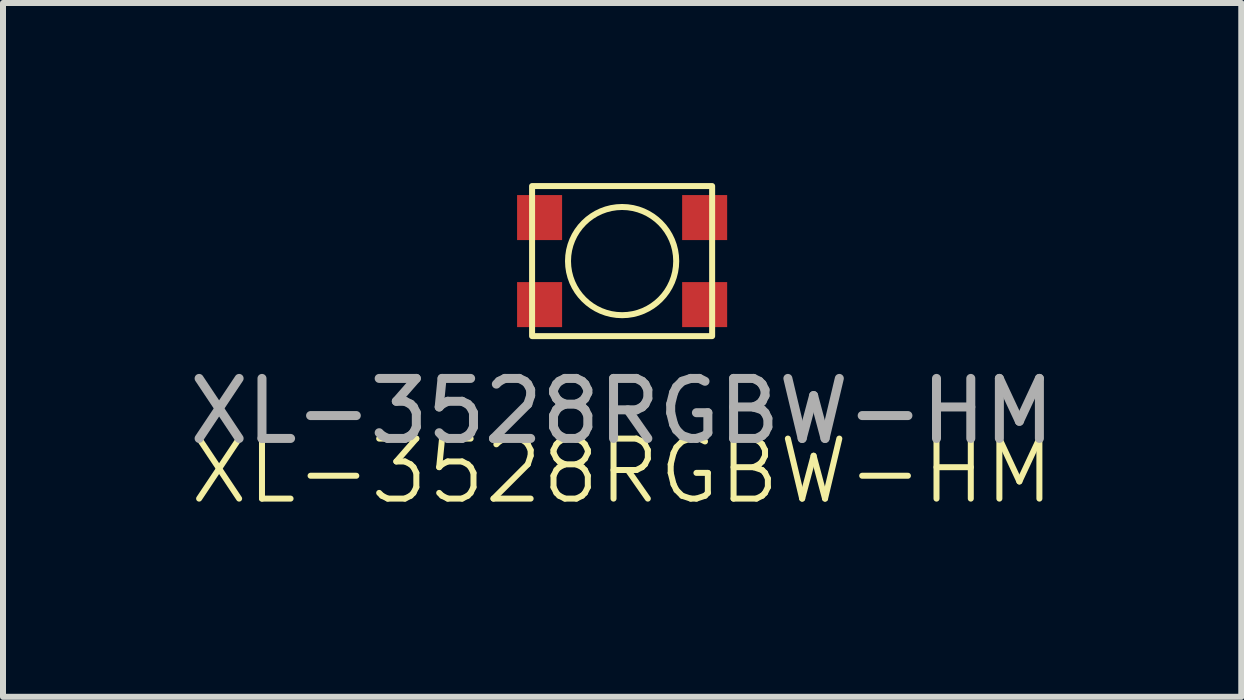
<source format=kicad_pcb>
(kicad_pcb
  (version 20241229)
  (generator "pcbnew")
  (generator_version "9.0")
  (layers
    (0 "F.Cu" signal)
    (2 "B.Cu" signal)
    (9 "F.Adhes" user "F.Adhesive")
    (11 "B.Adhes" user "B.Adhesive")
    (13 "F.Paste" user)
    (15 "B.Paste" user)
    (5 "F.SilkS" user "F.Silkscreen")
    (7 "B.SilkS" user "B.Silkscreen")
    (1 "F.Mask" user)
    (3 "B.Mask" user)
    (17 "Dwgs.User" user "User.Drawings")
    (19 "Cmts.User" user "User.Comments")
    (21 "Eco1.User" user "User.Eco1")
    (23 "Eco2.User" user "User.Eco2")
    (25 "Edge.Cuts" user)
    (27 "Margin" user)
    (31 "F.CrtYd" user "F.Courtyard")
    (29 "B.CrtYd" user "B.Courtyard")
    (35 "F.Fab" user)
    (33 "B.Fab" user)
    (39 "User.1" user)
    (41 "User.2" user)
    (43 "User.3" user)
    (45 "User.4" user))
  (footprint "XL-3528RGBW-HM"
    (layer "F.Cu")
    (at 7.315 1.3)
    (property "Reference" "XL-3528RGBW-HM" (at 0 3.5 0) (unlocked yes) (layer "F.SilkS") (effects (font (size 1 1) (thickness 0.1))))
    (attr smd)
    (fp_rect (start -1.5 -1.25) (end 1.5 1.25) (stroke (width 0.1) (type default)) (fill no) (layer "F.SilkS"))
    (fp_circle (center 0 0) (end 0.5 -0.75) (stroke (width 0.1) (type default)) (fill no) (layer "F.SilkS"))
    (fp_text user "${REFERENCE}" (at 0 2.5 0) (unlocked yes) (layer "F.Fab") (effects (font (size 1 1) (thickness 0.15))))
    (pad "1" smd rect (at 1.375 0.725) (size 0.75 0.75) (layers "F.Cu" "F.Mask" "F.Paste"))
    (pad "2" smd rect (at -1.375 0.725) (size 0.75 0.75) (layers "F.Cu" "F.Mask" "F.Paste"))
    (pad "3" smd rect (at 1.375 -0.725) (size 0.75 0.75) (layers "F.Cu" "F.Mask" "F.Paste"))
    (pad "4" smd rect (at -1.375 -0.725) (size 0.75 0.75) (layers "F.Cu" "F.Mask" "F.Paste")))
  (gr_rect
    (start -3 -3)
    (end 17.631 8.56)
    (stroke (width 0.1) (type default))
    (fill no)
    (layer "Edge.Cuts")))
</source>
